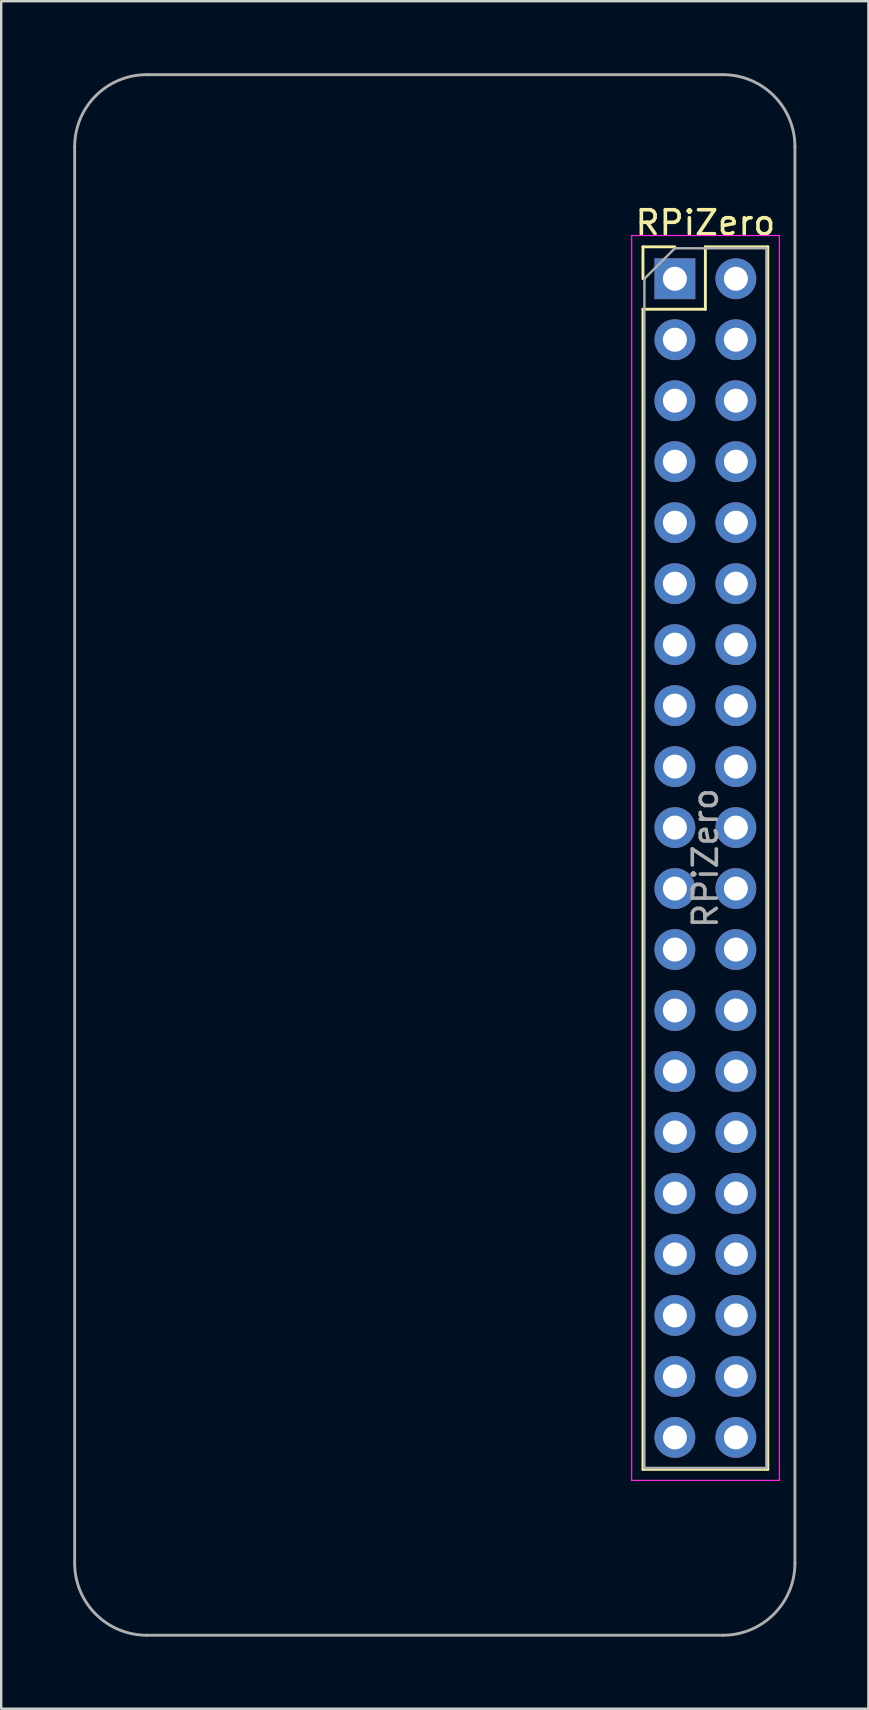
<source format=kicad_pcb>
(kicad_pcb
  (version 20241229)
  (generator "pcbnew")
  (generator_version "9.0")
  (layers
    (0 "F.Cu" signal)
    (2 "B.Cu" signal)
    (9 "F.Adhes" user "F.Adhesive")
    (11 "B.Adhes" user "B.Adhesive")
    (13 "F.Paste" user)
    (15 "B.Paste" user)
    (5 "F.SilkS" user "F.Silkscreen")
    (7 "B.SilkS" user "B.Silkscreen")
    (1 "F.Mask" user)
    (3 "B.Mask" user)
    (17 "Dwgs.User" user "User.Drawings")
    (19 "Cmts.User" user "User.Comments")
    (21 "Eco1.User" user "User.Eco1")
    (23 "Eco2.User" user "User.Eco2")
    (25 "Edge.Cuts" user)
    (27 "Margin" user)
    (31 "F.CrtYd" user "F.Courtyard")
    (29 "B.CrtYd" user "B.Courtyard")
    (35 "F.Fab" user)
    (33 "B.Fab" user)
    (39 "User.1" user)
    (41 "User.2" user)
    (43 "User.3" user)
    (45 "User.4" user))
  (footprint "RPiZero"
    (layer "F.Cu")
    (at 25.06 8.56)
    (property "Reference" "RPiZero" (at 1.27 -2.33 0) (layer "F.SilkS") (effects (font (size 1 1) (thickness 0.15))))
    (attr through_hole)
    (fp_line (start -1.33 -1.33) (end 0 -1.33) (stroke (width 0.12) (type solid)) (layer "F.SilkS"))
    (fp_line (start -1.33 0) (end -1.33 -1.33) (stroke (width 0.12) (type solid)) (layer "F.SilkS"))
    (fp_line (start -1.33 1.27) (end -1.33 49.59) (stroke (width 0.12) (type solid)) (layer "F.SilkS"))
    (fp_line (start -1.33 1.27) (end 1.27 1.27) (stroke (width 0.12) (type solid)) (layer "F.SilkS"))
    (fp_line (start -1.33 49.59) (end 3.87 49.59) (stroke (width 0.12) (type solid)) (layer "F.SilkS"))
    (fp_line (start 1.27 -1.33) (end 3.87 -1.33) (stroke (width 0.12) (type solid)) (layer "F.SilkS"))
    (fp_line (start 1.27 1.27) (end 1.27 -1.33) (stroke (width 0.12) (type solid)) (layer "F.SilkS"))
    (fp_line (start 3.87 -1.33) (end 3.87 49.59) (stroke (width 0.12) (type solid)) (layer "F.SilkS"))
    (fp_line (start -1.8 -1.8) (end -1.8 50.05) (stroke (width 0.05) (type solid)) (layer "F.CrtYd"))
    (fp_line (start -1.8 50.05) (end 4.35 50.05) (stroke (width 0.05) (type solid)) (layer "F.CrtYd"))
    (fp_line (start 4.35 -1.8) (end -1.8 -1.8) (stroke (width 0.05) (type solid)) (layer "F.CrtYd"))
    (fp_line (start 4.35 50.05) (end 4.35 -1.8) (stroke (width 0.05) (type solid)) (layer "F.CrtYd"))
    (fp_line (start -25 -5.5) (end -25 53.5) (stroke (width 0.12) (type solid)) (layer "F.Fab"))
    (fp_line (start -22 56.5) (end 2 56.5) (stroke (width 0.12) (type solid)) (layer "F.Fab"))
    (fp_line (start -1.27 0) (end 0 -1.27) (stroke (width 0.1) (type solid)) (layer "F.Fab"))
    (fp_line (start -1.27 49.53) (end -1.27 0) (stroke (width 0.1) (type solid)) (layer "F.Fab"))
    (fp_line (start 0 -1.27) (end 3.81 -1.27) (stroke (width 0.1) (type solid)) (layer "F.Fab"))
    (fp_line (start 2 -8.5) (end -22 -8.5) (stroke (width 0.12) (type solid)) (layer "F.Fab"))
    (fp_line (start 3.81 -1.27) (end 3.81 49.53) (stroke (width 0.1) (type solid)) (layer "F.Fab"))
    (fp_line (start 3.81 49.53) (end -1.27 49.53) (stroke (width 0.1) (type solid)) (layer "F.Fab"))
    (fp_line (start 5 53.5) (end 5 -5.5) (stroke (width 0.12) (type solid)) (layer "F.Fab"))
    (fp_arc (start -25 -5.5) (mid -24.12132 -7.62132) (end -22 -8.5) (stroke (width 0.12) (type solid)) (layer "F.Fab"))
    (fp_arc (start -22 56.5) (mid -24.12132 55.62132) (end -25 53.5) (stroke (width 0.12) (type solid)) (layer "F.Fab"))
    (fp_arc (start 2 -8.5) (mid 4.12132 -7.62132) (end 5 -5.5) (stroke (width 0.12) (type solid)) (layer "F.Fab"))
    (fp_arc (start 5 53.5) (mid 4.12132 55.62132) (end 2 56.5) (stroke (width 0.12) (type solid)) (layer "F.Fab"))
    (fp_text user "${REFERENCE}" (at 1.27 24.13 90) (layer "F.Fab") (effects (font (size 1 1) (thickness 0.15))))
    (pad "1" thru_hole rect (at 0 0) (size 1.7 1.7) (drill 1) (layers "*.Cu" "*.Mask"))
    (pad "2" thru_hole oval (at 2.54 0) (size 1.7 1.7) (drill 1) (layers "*.Cu" "*.Mask"))
    (pad "3" thru_hole oval (at 0 2.54) (size 1.7 1.7) (drill 1) (layers "*.Cu" "*.Mask"))
    (pad "4" thru_hole oval (at 2.54 2.54) (size 1.7 1.7) (drill 1) (layers "*.Cu" "*.Mask"))
    (pad "5" thru_hole oval (at 0 5.08) (size 1.7 1.7) (drill 1) (layers "*.Cu" "*.Mask"))
    (pad "6" thru_hole oval (at 2.54 5.08) (size 1.7 1.7) (drill 1) (layers "*.Cu" "*.Mask"))
    (pad "7" thru_hole oval (at 0 7.62) (size 1.7 1.7) (drill 1) (layers "*.Cu" "*.Mask"))
    (pad "8" thru_hole oval (at 2.54 7.62) (size 1.7 1.7) (drill 1) (layers "*.Cu" "*.Mask"))
    (pad "9" thru_hole oval (at 0 10.16) (size 1.7 1.7) (drill 1) (layers "*.Cu" "*.Mask"))
    (pad "10" thru_hole oval (at 2.54 10.16) (size 1.7 1.7) (drill 1) (layers "*.Cu" "*.Mask"))
    (pad "11" thru_hole oval (at 0 12.7) (size 1.7 1.7) (drill 1) (layers "*.Cu" "*.Mask"))
    (pad "12" thru_hole oval (at 2.54 12.7) (size 1.7 1.7) (drill 1) (layers "*.Cu" "*.Mask"))
    (pad "13" thru_hole oval (at 0 15.24) (size 1.7 1.7) (drill 1) (layers "*.Cu" "*.Mask"))
    (pad "14" thru_hole oval (at 2.54 15.24) (size 1.7 1.7) (drill 1) (layers "*.Cu" "*.Mask"))
    (pad "15" thru_hole oval (at 0 17.78) (size 1.7 1.7) (drill 1) (layers "*.Cu" "*.Mask"))
    (pad "16" thru_hole oval (at 2.54 17.78) (size 1.7 1.7) (drill 1) (layers "*.Cu" "*.Mask"))
    (pad "17" thru_hole oval (at 0 20.32) (size 1.7 1.7) (drill 1) (layers "*.Cu" "*.Mask"))
    (pad "18" thru_hole oval (at 2.54 20.32) (size 1.7 1.7) (drill 1) (layers "*.Cu" "*.Mask"))
    (pad "19" thru_hole oval (at 0 22.86) (size 1.7 1.7) (drill 1) (layers "*.Cu" "*.Mask"))
    (pad "20" thru_hole oval (at 2.54 22.86) (size 1.7 1.7) (drill 1) (layers "*.Cu" "*.Mask"))
    (pad "21" thru_hole oval (at 0 25.4) (size 1.7 1.7) (drill 1) (layers "*.Cu" "*.Mask"))
    (pad "22" thru_hole oval (at 2.54 25.4) (size 1.7 1.7) (drill 1) (layers "*.Cu" "*.Mask"))
    (pad "23" thru_hole oval (at 0 27.94) (size 1.7 1.7) (drill 1) (layers "*.Cu" "*.Mask"))
    (pad "24" thru_hole oval (at 2.54 27.94) (size 1.7 1.7) (drill 1) (layers "*.Cu" "*.Mask"))
    (pad "25" thru_hole oval (at 0 30.48) (size 1.7 1.7) (drill 1) (layers "*.Cu" "*.Mask"))
    (pad "26" thru_hole oval (at 2.54 30.48) (size 1.7 1.7) (drill 1) (layers "*.Cu" "*.Mask"))
    (pad "27" thru_hole oval (at 0 33.02) (size 1.7 1.7) (drill 1) (layers "*.Cu" "*.Mask"))
    (pad "28" thru_hole oval (at 2.54 33.02) (size 1.7 1.7) (drill 1) (layers "*.Cu" "*.Mask"))
    (pad "29" thru_hole oval (at 0 35.56) (size 1.7 1.7) (drill 1) (layers "*.Cu" "*.Mask"))
    (pad "30" thru_hole oval (at 2.54 35.56) (size 1.7 1.7) (drill 1) (layers "*.Cu" "*.Mask"))
    (pad "31" thru_hole oval (at 0 38.1) (size 1.7 1.7) (drill 1) (layers "*.Cu" "*.Mask"))
    (pad "32" thru_hole oval (at 2.54 38.1) (size 1.7 1.7) (drill 1) (layers "*.Cu" "*.Mask"))
    (pad "33" thru_hole oval (at 0 40.64) (size 1.7 1.7) (drill 1) (layers "*.Cu" "*.Mask"))
    (pad "34" thru_hole oval (at 2.54 40.64) (size 1.7 1.7) (drill 1) (layers "*.Cu" "*.Mask"))
    (pad "35" thru_hole oval (at 0 43.18) (size 1.7 1.7) (drill 1) (layers "*.Cu" "*.Mask"))
    (pad "36" thru_hole oval (at 2.54 43.18) (size 1.7 1.7) (drill 1) (layers "*.Cu" "*.Mask"))
    (pad "37" thru_hole oval (at 0 45.72) (size 1.7 1.7) (drill 1) (layers "*.Cu" "*.Mask"))
    (pad "38" thru_hole oval (at 2.54 45.72) (size 1.7 1.7) (drill 1) (layers "*.Cu" "*.Mask"))
    (pad "39" thru_hole oval (at 0 48.26) (size 1.7 1.7) (drill 1) (layers "*.Cu" "*.Mask"))
    (pad "40" thru_hole oval (at 2.54 48.26) (size 1.7 1.7) (drill 1) (layers "*.Cu" "*.Mask")))
  (gr_rect
    (start -3 -3)
    (end 33.12 68.12)
    (stroke (width 0.1) (type default))
    (fill no)
    (layer "Edge.Cuts")))
</source>
